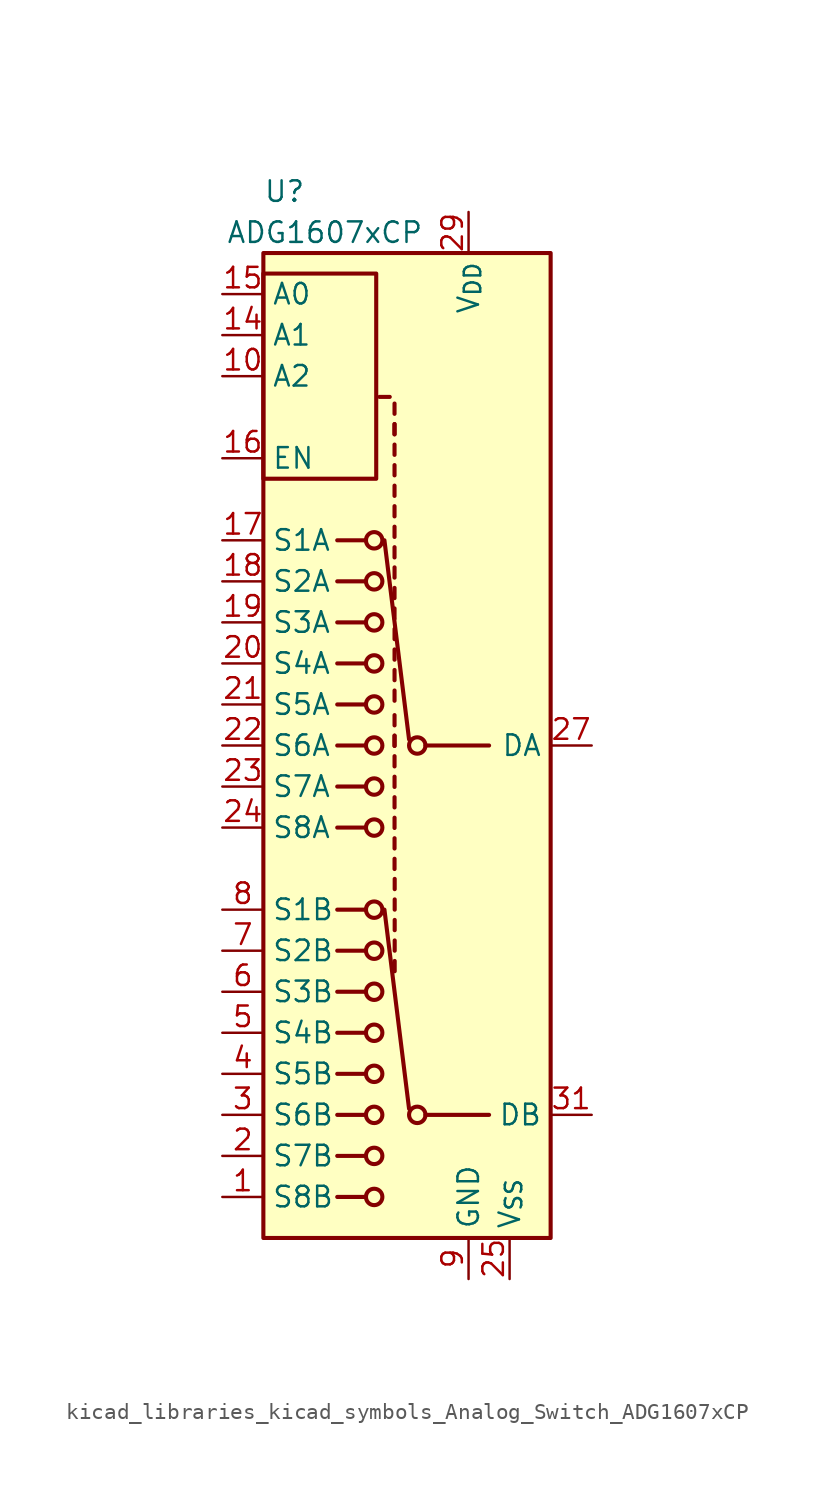
<source format=kicad_sym>
(kicad_symbol_lib
  (version 20220914)
  (generator kicad_symbol_editor)
  (symbol "kicad_libraries_kicad_symbols_Analog_Switch_ADG1607xCP"
    (property "Reference" "U"
      (at -7.62 34.29 0)
      (effects (font (size 1.27 1.27)) (justify left)))
    (property "Value" "ADG1607xCP"
      (at -3.81 31.75 0)
      (effects (font (size 1.27 1.27))))
    (symbol "kicad_libraries_kicad_symbols_Analog_Switch_ADG1607xCP_0_0"
      (pin power_in line (at 5.08 -33.02 90) (length 2.54) (name "GND" (effects (font (size 1.27 1.27)))) (number "9" (effects (font (size 1.27 1.27))))))
    (symbol "kicad_libraries_kicad_symbols_Analog_Switch_ADG1607xCP_0_1"
      (rectangle (start -7.62 29.21) (end -0.635 16.51) (stroke (width 0.254) (type default)) (fill (type none)))
      (rectangle (start -7.62 30.48) (end 10.16 -30.48) (stroke (width 0.254) (type default)) (fill (type background)))
      (circle (center -0.762 -27.94) (radius 0.508) (stroke (width 0.254) (type default)) (fill (type none)))
      (circle (center -0.762 -25.4) (radius 0.508) (stroke (width 0.254) (type default)) (fill (type none)))
      (circle (center -0.762 -22.86) (radius 0.508) (stroke (width 0.254) (type default)) (fill (type none)))
      (circle (center -0.762 -20.32) (radius 0.508) (stroke (width 0.254) (type default)) (fill (type none)))
      (circle (center -0.762 -17.78) (radius 0.508) (stroke (width 0.254) (type default)) (fill (type none)))
      (circle (center -0.762 -15.24) (radius 0.508) (stroke (width 0.254) (type default)) (fill (type none)))
      (circle (center -0.762 -12.7) (radius 0.508) (stroke (width 0.254) (type default)) (fill (type none)))
      (circle (center -0.762 -10.16) (radius 0.508) (stroke (width 0.254) (type default)) (fill (type none)))
      (circle (center -0.762 -5.08) (radius 0.508) (stroke (width 0.254) (type default)) (fill (type none)))
      (circle (center -0.762 -2.54) (radius 0.508) (stroke (width 0.254) (type default)) (fill (type none)))
      (circle (center -0.762 0) (radius 0.508) (stroke (width 0.254) (type default)) (fill (type none)))
      (circle (center -0.762 2.54) (radius 0.508) (stroke (width 0.254) (type default)) (fill (type none)))
      (circle (center -0.762 5.08) (radius 0.508) (stroke (width 0.254) (type default)) (fill (type none)))
      (circle (center -0.762 7.62) (radius 0.508) (stroke (width 0.254) (type default)) (fill (type none)))
      (circle (center -0.762 10.16) (radius 0.508) (stroke (width 0.254) (type default)) (fill (type none)))
      (circle (center -0.762 12.7) (radius 0.508) (stroke (width 0.254) (type default)) (fill (type none)))
      (polyline (pts (xy -1.27 -27.94) (xy -3.048 -27.94)) (stroke (width 0.254) (type default)) (fill (type none)))
      (polyline (pts (xy -1.27 -25.4) (xy -3.048 -25.4)) (stroke (width 0.254) (type default)) (fill (type none)))
      (polyline (pts (xy -1.27 -22.86) (xy -3.048 -22.86)) (stroke (width 0.254) (type default)) (fill (type none)))
      (polyline (pts (xy -1.27 -20.32) (xy -3.048 -20.32)) (stroke (width 0.254) (type default)) (fill (type none)))
      (polyline (pts (xy -1.27 -17.78) (xy -3.048 -17.78)) (stroke (width 0.254) (type default)) (fill (type none)))
      (polyline (pts (xy -1.27 -15.24) (xy -3.048 -15.24)) (stroke (width 0.254) (type default)) (fill (type none)))
      (polyline (pts (xy -1.27 -12.7) (xy -3.048 -12.7)) (stroke (width 0.254) (type default)) (fill (type none)))
      (polyline (pts (xy -1.27 -10.16) (xy -3.048 -10.16)) (stroke (width 0.254) (type default)) (fill (type none)))
      (polyline (pts (xy -1.27 -5.08) (xy -3.048 -5.08)) (stroke (width 0.254) (type default)) (fill (type none)))
      (polyline (pts (xy -1.27 -2.54) (xy -3.048 -2.54)) (stroke (width 0.254) (type default)) (fill (type none)))
      (polyline (pts (xy -1.27 0) (xy -3.048 0)) (stroke (width 0.254) (type default)) (fill (type none)))
      (polyline (pts (xy -1.27 2.54) (xy -3.048 2.54)) (stroke (width 0.254) (type default)) (fill (type none)))
      (polyline (pts (xy -1.27 5.08) (xy -3.048 5.08)) (stroke (width 0.254) (type default)) (fill (type none)))
      (polyline (pts (xy -1.27 7.62) (xy -3.048 7.62)) (stroke (width 0.254) (type default)) (fill (type none)))
      (polyline (pts (xy -1.27 10.16) (xy -3.048 10.16)) (stroke (width 0.254) (type default)) (fill (type none)))
      (polyline (pts (xy -1.27 12.7) (xy -3.048 12.7)) (stroke (width 0.254) (type default)) (fill (type none)))
      (polyline (pts (xy -0.127 -10.16) (xy 1.397 -22.479)) (stroke (width 0.254) (type default)) (fill (type none)))
      (polyline (pts (xy -0.127 12.7) (xy 1.397 0.381)) (stroke (width 0.254) (type default)) (fill (type none)))
      (polyline (pts (xy 0.202 21.576) (xy -0.433 21.576)) (stroke (width 0.254) (type default)) (fill (type none)))
      (polyline (pts (xy 0.498 11.639) (xy 0.498 12.274)) (stroke (width 0.254) (type default)) (fill (type none)))
      (polyline (pts (xy 0.498 12.909) (xy 0.498 13.544)) (stroke (width 0.254) (type default)) (fill (type none)))
      (polyline (pts (xy 0.498 14.18) (xy 0.498 14.815)) (stroke (width 0.254) (type default)) (fill (type none)))
      (polyline (pts (xy 0.498 15.45) (xy 0.498 16.084)) (stroke (width 0.254) (type default)) (fill (type none)))
      (polyline (pts (xy 0.498 16.72) (xy 0.498 17.355)) (stroke (width 0.254) (type default)) (fill (type none)))
      (polyline (pts (xy 0.498 17.989) (xy 0.498 18.625)) (stroke (width 0.254) (type default)) (fill (type none)))
      (polyline (pts (xy 0.498 19.259) (xy 0.498 19.895)) (stroke (width 0.254) (type default)) (fill (type none)))
      (polyline (pts (xy 0.498 19.259) (xy 0.498 19.895)) (stroke (width 0.254) (type default)) (fill (type none)))
      (polyline (pts (xy 0.498 20.529) (xy 0.498 21.165)) (stroke (width 0.254) (type default)) (fill (type none)))
      (polyline (pts (xy 0.499 -7.644) (xy 0.499 -7.009)) (stroke (width 0.254) (type default)) (fill (type none)))
      (polyline (pts (xy 0.499 -6.374) (xy 0.499 -5.739)) (stroke (width 0.254) (type default)) (fill (type none)))
      (polyline (pts (xy 0.499 -5.104) (xy 0.499 -4.469)) (stroke (width 0.254) (type default)) (fill (type none)))
      (polyline (pts (xy 0.499 -3.834) (xy 0.499 -3.199)) (stroke (width 0.254) (type default)) (fill (type none)))
      (polyline (pts (xy 0.499 -2.564) (xy 0.499 -1.929)) (stroke (width 0.254) (type default)) (fill (type none)))
      (polyline (pts (xy 0.499 -1.294) (xy 0.499 -0.659)) (stroke (width 0.254) (type default)) (fill (type none)))
      (polyline (pts (xy 0.499 -0.024) (xy 0.499 0.611)) (stroke (width 0.254) (type default)) (fill (type none)))
      (polyline (pts (xy 0.499 -0.024) (xy 0.499 0.611)) (stroke (width 0.254) (type default)) (fill (type none)))
      (polyline (pts (xy 0.499 1.246) (xy 0.499 1.881)) (stroke (width 0.254) (type default)) (fill (type none)))
      (polyline (pts (xy 0.499 2.77) (xy 0.499 3.405)) (stroke (width 0.254) (type default)) (fill (type none)))
      (polyline (pts (xy 0.499 4.04) (xy 0.499 4.675)) (stroke (width 0.254) (type default)) (fill (type none)))
      (polyline (pts (xy 0.499 5.31) (xy 0.499 5.945)) (stroke (width 0.254) (type default)) (fill (type none)))
      (polyline (pts (xy 0.499 6.58) (xy 0.499 7.215)) (stroke (width 0.254) (type default)) (fill (type none)))
      (polyline (pts (xy 0.499 7.85) (xy 0.499 8.485)) (stroke (width 0.254) (type default)) (fill (type none)))
      (polyline (pts (xy 0.499 9.12) (xy 0.499 9.755)) (stroke (width 0.254) (type default)) (fill (type none)))
      (polyline (pts (xy 0.499 10.39) (xy 0.499 11.025)) (stroke (width 0.254) (type default)) (fill (type none)))
      (polyline (pts (xy 0.508 -13.97) (xy 0.508 -13.335)) (stroke (width 0.254) (type default)) (fill (type none)))
      (polyline (pts (xy 0.508 -12.7) (xy 0.508 -12.065)) (stroke (width 0.254) (type default)) (fill (type none)))
      (polyline (pts (xy 0.508 -11.43) (xy 0.508 -10.795)) (stroke (width 0.254) (type default)) (fill (type none)))
      (polyline (pts (xy 0.508 -10.16) (xy 0.508 -9.525)) (stroke (width 0.254) (type default)) (fill (type none)))
      (polyline (pts (xy 0.508 -8.89) (xy 0.508 -8.255)) (stroke (width 0.254) (type default)) (fill (type none)))
      (polyline (pts (xy 2.413 -22.86) (xy 6.35 -22.86)) (stroke (width 0.254) (type default)) (fill (type none)))
      (polyline (pts (xy 2.413 0) (xy 6.35 0)) (stroke (width 0.254) (type default)) (fill (type none)))
      (circle (center 1.905 -22.86) (radius 0.508) (stroke (width 0.254) (type default)) (fill (type none)))
      (circle (center 1.905 0) (radius 0.508) (stroke (width 0.254) (type default)) (fill (type none))))
    (symbol "kicad_libraries_kicad_symbols_Analog_Switch_ADG1607xCP_1_1"
      (pin bidirectional line (at -10.16 -27.94 0) (length 2.54) (name "S8B" (effects (font (size 1.27 1.27)))) (number "1" (effects (font (size 1.27 1.27)))))
      (pin input line (at -10.16 22.86 0) (length 2.54) (name "A2" (effects (font (size 1.27 1.27)))) (number "10" (effects (font (size 1.27 1.27)))))
      (pin no_connect line (at 10.16 20.32 180) (length 2.54) hide (name "NC" (effects (font (size 1.27 1.27)))) (number "11" (effects (font (size 1.27 1.27)))))
      (pin no_connect line (at 10.16 17.78 180) (length 2.54) hide (name "NC" (effects (font (size 1.27 1.27)))) (number "12" (effects (font (size 1.27 1.27)))))
      (pin no_connect line (at 10.16 15.24 180) (length 2.54) hide (name "NC" (effects (font (size 1.27 1.27)))) (number "13" (effects (font (size 1.27 1.27)))))
      (pin input line (at -10.16 25.4 0) (length 2.54) (name "A1" (effects (font (size 1.27 1.27)))) (number "14" (effects (font (size 1.27 1.27)))))
      (pin input line (at -10.16 27.94 0) (length 2.54) (name "A0" (effects (font (size 1.27 1.27)))) (number "15" (effects (font (size 1.27 1.27)))))
      (pin input line (at -10.16 17.78 0) (length 2.54) (name "EN" (effects (font (size 1.27 1.27)))) (number "16" (effects (font (size 1.27 1.27)))))
      (pin bidirectional line (at -10.16 12.7 0) (length 2.54) (name "S1A" (effects (font (size 1.27 1.27)))) (number "17" (effects (font (size 1.27 1.27)))))
      (pin bidirectional line (at -10.16 10.16 0) (length 2.54) (name "S2A" (effects (font (size 1.27 1.27)))) (number "18" (effects (font (size 1.27 1.27)))))
      (pin bidirectional line (at -10.16 7.62 0) (length 2.54) (name "S3A" (effects (font (size 1.27 1.27)))) (number "19" (effects (font (size 1.27 1.27)))))
      (pin bidirectional line (at -10.16 -25.4 0) (length 2.54) (name "S7B" (effects (font (size 1.27 1.27)))) (number "2" (effects (font (size 1.27 1.27)))))
      (pin bidirectional line (at -10.16 5.08 0) (length 2.54) (name "S4A" (effects (font (size 1.27 1.27)))) (number "20" (effects (font (size 1.27 1.27)))))
      (pin bidirectional line (at -10.16 2.54 0) (length 2.54) (name "S5A" (effects (font (size 1.27 1.27)))) (number "21" (effects (font (size 1.27 1.27)))))
      (pin bidirectional line (at -10.16 0 0) (length 2.54) (name "S6A" (effects (font (size 1.27 1.27)))) (number "22" (effects (font (size 1.27 1.27)))))
      (pin bidirectional line (at -10.16 -2.54 0) (length 2.54) (name "S7A" (effects (font (size 1.27 1.27)))) (number "23" (effects (font (size 1.27 1.27)))))
      (pin bidirectional line (at -10.16 -5.08 0) (length 2.54) (name "S8A" (effects (font (size 1.27 1.27)))) (number "24" (effects (font (size 1.27 1.27)))))
      (pin power_in line (at 7.62 -33.02 90) (length 2.54) (name "V_{SS}" (effects (font (size 1.27 1.27)))) (number "25" (effects (font (size 1.27 1.27)))))
      (pin no_connect line (at 10.16 12.7 180) (length 2.54) hide (name "NC" (effects (font (size 1.27 1.27)))) (number "26" (effects (font (size 1.27 1.27)))))
      (pin bidirectional line (at 12.7 0 180) (length 2.54) (name "DA" (effects (font (size 1.27 1.27)))) (number "27" (effects (font (size 1.27 1.27)))))
      (pin no_connect line (at 10.16 10.16 180) (length 2.54) hide (name "NC" (effects (font (size 1.27 1.27)))) (number "28" (effects (font (size 1.27 1.27)))))
      (pin power_in line (at 5.08 33.02 270) (length 2.54) (name "V_{DD}" (effects (font (size 1.27 1.27)))) (number "29" (effects (font (size 1.27 1.27)))))
      (pin bidirectional line (at -10.16 -22.86 0) (length 2.54) (name "S6B" (effects (font (size 1.27 1.27)))) (number "3" (effects (font (size 1.27 1.27)))))
      (pin no_connect line (at 10.16 7.62 180) (length 2.54) hide (name "NC" (effects (font (size 1.27 1.27)))) (number "30" (effects (font (size 1.27 1.27)))))
      (pin bidirectional line (at 12.7 -22.86 180) (length 2.54) (name "DB" (effects (font (size 1.27 1.27)))) (number "31" (effects (font (size 1.27 1.27)))))
      (pin no_connect line (at 10.16 5.08 180) (length 2.54) hide (name "NC" (effects (font (size 1.27 1.27)))) (number "32" (effects (font (size 1.27 1.27)))))
      (pin passive line (at 7.62 -33.02 90) (length 2.54) hide (name "V_{SS}" (effects (font (size 1.27 1.27)))) (number "33" (effects (font (size 1.27 1.27)))))
      (pin bidirectional line (at -10.16 -20.32 0) (length 2.54) (name "S5B" (effects (font (size 1.27 1.27)))) (number "4" (effects (font (size 1.27 1.27)))))
      (pin bidirectional line (at -10.16 -17.78 0) (length 2.54) (name "S4B" (effects (font (size 1.27 1.27)))) (number "5" (effects (font (size 1.27 1.27)))))
      (pin bidirectional line (at -10.16 -15.24 0) (length 2.54) (name "S3B" (effects (font (size 1.27 1.27)))) (number "6" (effects (font (size 1.27 1.27)))))
      (pin bidirectional line (at -10.16 -12.7 0) (length 2.54) (name "S2B" (effects (font (size 1.27 1.27)))) (number "7" (effects (font (size 1.27 1.27)))))
      (pin bidirectional line (at -10.16 -10.16 0) (length 2.54) (name "S1B" (effects (font (size 1.27 1.27)))) (number "8" (effects (font (size 1.27 1.27))))))))
</source>
